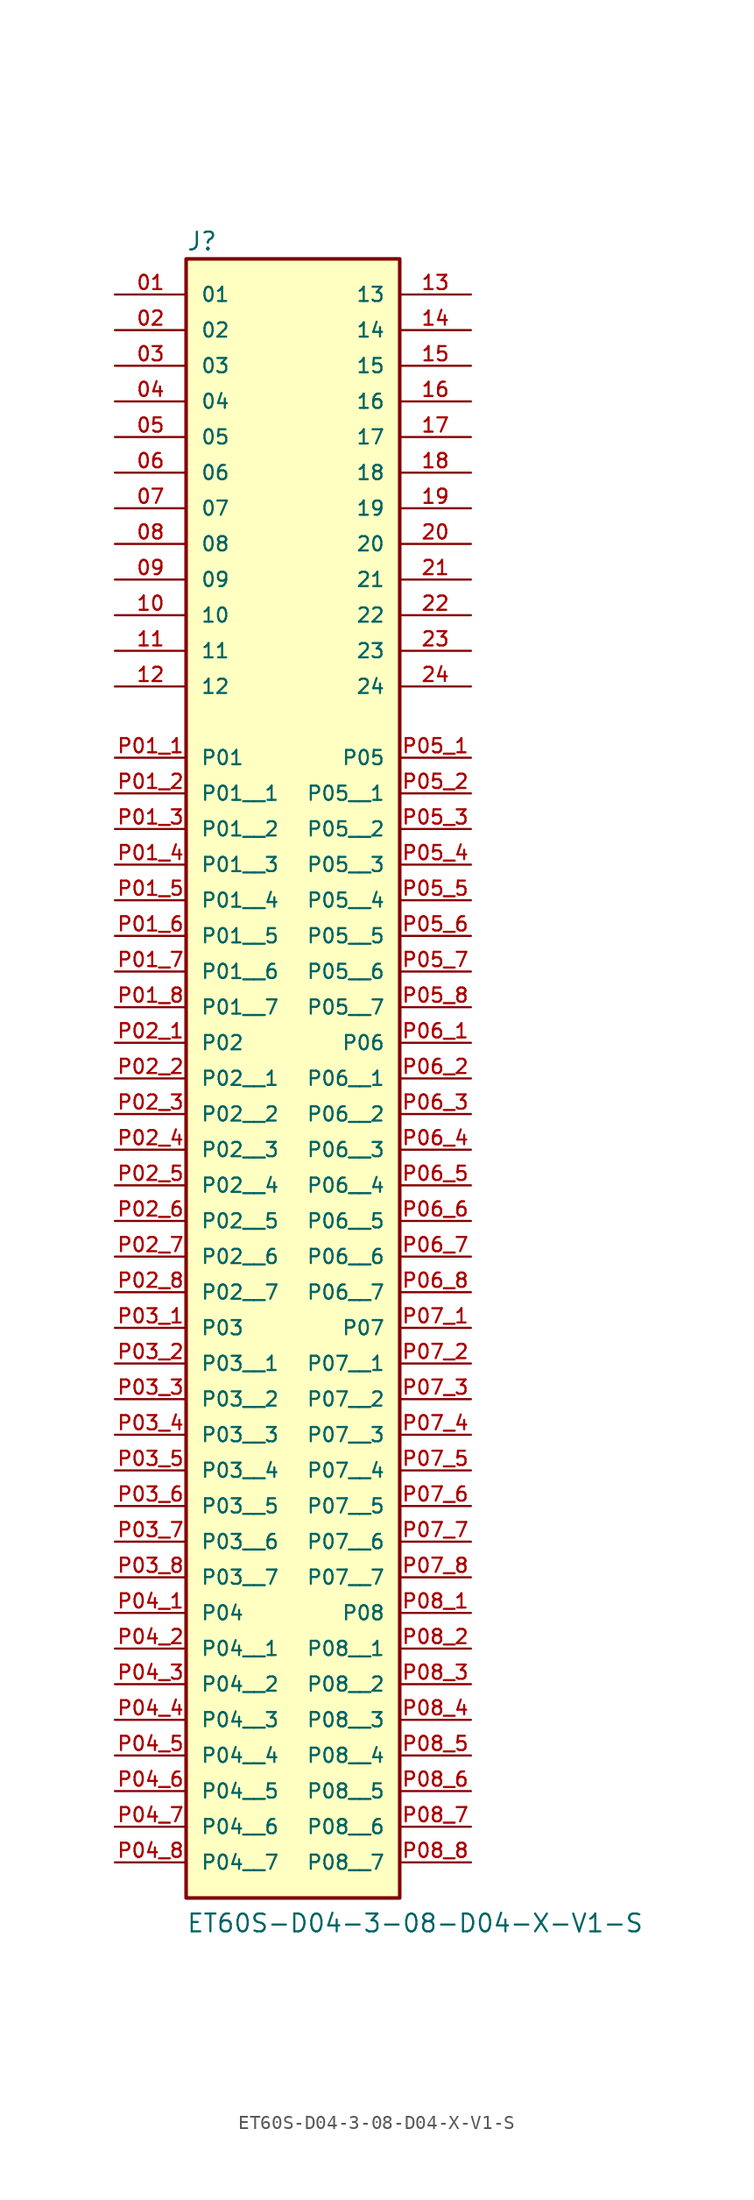
<source format=kicad_sym>
(kicad_symbol_lib
  (version 20231120)
  (generator "kicad_symbol_editor")
  (generator_version "8.0")
  (symbol "ET60S-D04-3-08-D04-X-V1-S"
    (pin_names
      (offset 1.016))
    (property "Reference" "J"
      (at -7.62 23.368 0)
      (effects (font (size 1.27 1.27)) (justify left bottom)))
    (property "Value" "ET60S-D04-3-08-D04-X-V1-S"
      (at -7.62 -96.52 0)
      (effects (font (size 1.27 1.27)) (justify left bottom)))
    (symbol "ET60S-D04-3-08-D04-X-V1-S_0_0"
      (rectangle (start -7.62 -93.98) (end 7.62 22.86) (stroke (width 0.254) (type default)) (fill (type background)))
      (pin passive line (at -12.7 20.32 0) (length 5.08) (name "01" (effects (font (size 1.016 1.016)))) (number "01" (effects (font (size 1.016 1.016)))))
      (pin passive line (at -12.7 17.78 0) (length 5.08) (name "02" (effects (font (size 1.016 1.016)))) (number "02" (effects (font (size 1.016 1.016)))))
      (pin passive line (at -12.7 15.24 0) (length 5.08) (name "03" (effects (font (size 1.016 1.016)))) (number "03" (effects (font (size 1.016 1.016)))))
      (pin passive line (at -12.7 12.7 0) (length 5.08) (name "04" (effects (font (size 1.016 1.016)))) (number "04" (effects (font (size 1.016 1.016)))))
      (pin passive line (at -12.7 10.16 0) (length 5.08) (name "05" (effects (font (size 1.016 1.016)))) (number "05" (effects (font (size 1.016 1.016)))))
      (pin passive line (at -12.7 7.62 0) (length 5.08) (name "06" (effects (font (size 1.016 1.016)))) (number "06" (effects (font (size 1.016 1.016)))))
      (pin passive line (at -12.7 5.08 0) (length 5.08) (name "07" (effects (font (size 1.016 1.016)))) (number "07" (effects (font (size 1.016 1.016)))))
      (pin passive line (at -12.7 2.54 0) (length 5.08) (name "08" (effects (font (size 1.016 1.016)))) (number "08" (effects (font (size 1.016 1.016)))))
      (pin passive line (at -12.7 0 0) (length 5.08) (name "09" (effects (font (size 1.016 1.016)))) (number "09" (effects (font (size 1.016 1.016)))))
      (pin passive line (at -12.7 -2.54 0) (length 5.08) (name "10" (effects (font (size 1.016 1.016)))) (number "10" (effects (font (size 1.016 1.016)))))
      (pin passive line (at -12.7 -5.08 0) (length 5.08) (name "11" (effects (font (size 1.016 1.016)))) (number "11" (effects (font (size 1.016 1.016)))))
      (pin passive line (at -12.7 -7.62 0) (length 5.08) (name "12" (effects (font (size 1.016 1.016)))) (number "12" (effects (font (size 1.016 1.016)))))
      (pin passive line (at 12.7 20.32 180) (length 5.08) (name "13" (effects (font (size 1.016 1.016)))) (number "13" (effects (font (size 1.016 1.016)))))
      (pin passive line (at 12.7 17.78 180) (length 5.08) (name "14" (effects (font (size 1.016 1.016)))) (number "14" (effects (font (size 1.016 1.016)))))
      (pin passive line (at 12.7 15.24 180) (length 5.08) (name "15" (effects (font (size 1.016 1.016)))) (number "15" (effects (font (size 1.016 1.016)))))
      (pin passive line (at 12.7 12.7 180) (length 5.08) (name "16" (effects (font (size 1.016 1.016)))) (number "16" (effects (font (size 1.016 1.016)))))
      (pin passive line (at 12.7 10.16 180) (length 5.08) (name "17" (effects (font (size 1.016 1.016)))) (number "17" (effects (font (size 1.016 1.016)))))
      (pin passive line (at 12.7 7.62 180) (length 5.08) (name "18" (effects (font (size 1.016 1.016)))) (number "18" (effects (font (size 1.016 1.016)))))
      (pin passive line (at 12.7 5.08 180) (length 5.08) (name "19" (effects (font (size 1.016 1.016)))) (number "19" (effects (font (size 1.016 1.016)))))
      (pin passive line (at 12.7 2.54 180) (length 5.08) (name "20" (effects (font (size 1.016 1.016)))) (number "20" (effects (font (size 1.016 1.016)))))
      (pin passive line (at 12.7 0 180) (length 5.08) (name "21" (effects (font (size 1.016 1.016)))) (number "21" (effects (font (size 1.016 1.016)))))
      (pin passive line (at 12.7 -2.54 180) (length 5.08) (name "22" (effects (font (size 1.016 1.016)))) (number "22" (effects (font (size 1.016 1.016)))))
      (pin passive line (at 12.7 -5.08 180) (length 5.08) (name "23" (effects (font (size 1.016 1.016)))) (number "23" (effects (font (size 1.016 1.016)))))
      (pin passive line (at 12.7 -7.62 180) (length 5.08) (name "24" (effects (font (size 1.016 1.016)))) (number "24" (effects (font (size 1.016 1.016)))))
      (pin power_in line (at -12.7 -12.7 0) (length 5.08) (name "P01" (effects (font (size 1.016 1.016)))) (number "P01_1" (effects (font (size 1.016 1.016)))))
      (pin power_in line (at -12.7 -15.24 0) (length 5.08) (name "P01__1" (effects (font (size 1.016 1.016)))) (number "P01_2" (effects (font (size 1.016 1.016)))))
      (pin power_in line (at -12.7 -17.78 0) (length 5.08) (name "P01__2" (effects (font (size 1.016 1.016)))) (number "P01_3" (effects (font (size 1.016 1.016)))))
      (pin power_in line (at -12.7 -20.32 0) (length 5.08) (name "P01__3" (effects (font (size 1.016 1.016)))) (number "P01_4" (effects (font (size 1.016 1.016)))))
      (pin power_in line (at -12.7 -22.86 0) (length 5.08) (name "P01__4" (effects (font (size 1.016 1.016)))) (number "P01_5" (effects (font (size 1.016 1.016)))))
      (pin power_in line (at -12.7 -25.4 0) (length 5.08) (name "P01__5" (effects (font (size 1.016 1.016)))) (number "P01_6" (effects (font (size 1.016 1.016)))))
      (pin power_in line (at -12.7 -27.94 0) (length 5.08) (name "P01__6" (effects (font (size 1.016 1.016)))) (number "P01_7" (effects (font (size 1.016 1.016)))))
      (pin power_in line (at -12.7 -30.48 0) (length 5.08) (name "P01__7" (effects (font (size 1.016 1.016)))) (number "P01_8" (effects (font (size 1.016 1.016)))))
      (pin power_in line (at -12.7 -33.02 0) (length 5.08) (name "P02" (effects (font (size 1.016 1.016)))) (number "P02_1" (effects (font (size 1.016 1.016)))))
      (pin power_in line (at -12.7 -35.56 0) (length 5.08) (name "P02__1" (effects (font (size 1.016 1.016)))) (number "P02_2" (effects (font (size 1.016 1.016)))))
      (pin power_in line (at -12.7 -38.1 0) (length 5.08) (name "P02__2" (effects (font (size 1.016 1.016)))) (number "P02_3" (effects (font (size 1.016 1.016)))))
      (pin power_in line (at -12.7 -40.64 0) (length 5.08) (name "P02__3" (effects (font (size 1.016 1.016)))) (number "P02_4" (effects (font (size 1.016 1.016)))))
      (pin power_in line (at -12.7 -43.18 0) (length 5.08) (name "P02__4" (effects (font (size 1.016 1.016)))) (number "P02_5" (effects (font (size 1.016 1.016)))))
      (pin power_in line (at -12.7 -45.72 0) (length 5.08) (name "P02__5" (effects (font (size 1.016 1.016)))) (number "P02_6" (effects (font (size 1.016 1.016)))))
      (pin power_in line (at -12.7 -48.26 0) (length 5.08) (name "P02__6" (effects (font (size 1.016 1.016)))) (number "P02_7" (effects (font (size 1.016 1.016)))))
      (pin power_in line (at -12.7 -50.8 0) (length 5.08) (name "P02__7" (effects (font (size 1.016 1.016)))) (number "P02_8" (effects (font (size 1.016 1.016)))))
      (pin power_in line (at -12.7 -53.34 0) (length 5.08) (name "P03" (effects (font (size 1.016 1.016)))) (number "P03_1" (effects (font (size 1.016 1.016)))))
      (pin power_in line (at -12.7 -55.88 0) (length 5.08) (name "P03__1" (effects (font (size 1.016 1.016)))) (number "P03_2" (effects (font (size 1.016 1.016)))))
      (pin power_in line (at -12.7 -58.42 0) (length 5.08) (name "P03__2" (effects (font (size 1.016 1.016)))) (number "P03_3" (effects (font (size 1.016 1.016)))))
      (pin power_in line (at -12.7 -60.96 0) (length 5.08) (name "P03__3" (effects (font (size 1.016 1.016)))) (number "P03_4" (effects (font (size 1.016 1.016)))))
      (pin power_in line (at -12.7 -63.5 0) (length 5.08) (name "P03__4" (effects (font (size 1.016 1.016)))) (number "P03_5" (effects (font (size 1.016 1.016)))))
      (pin power_in line (at -12.7 -66.04 0) (length 5.08) (name "P03__5" (effects (font (size 1.016 1.016)))) (number "P03_6" (effects (font (size 1.016 1.016)))))
      (pin power_in line (at -12.7 -68.58 0) (length 5.08) (name "P03__6" (effects (font (size 1.016 1.016)))) (number "P03_7" (effects (font (size 1.016 1.016)))))
      (pin power_in line (at -12.7 -71.12 0) (length 5.08) (name "P03__7" (effects (font (size 1.016 1.016)))) (number "P03_8" (effects (font (size 1.016 1.016)))))
      (pin power_in line (at -12.7 -73.66 0) (length 5.08) (name "P04" (effects (font (size 1.016 1.016)))) (number "P04_1" (effects (font (size 1.016 1.016)))))
      (pin power_in line (at -12.7 -76.2 0) (length 5.08) (name "P04__1" (effects (font (size 1.016 1.016)))) (number "P04_2" (effects (font (size 1.016 1.016)))))
      (pin power_in line (at -12.7 -78.74 0) (length 5.08) (name "P04__2" (effects (font (size 1.016 1.016)))) (number "P04_3" (effects (font (size 1.016 1.016)))))
      (pin power_in line (at -12.7 -81.28 0) (length 5.08) (name "P04__3" (effects (font (size 1.016 1.016)))) (number "P04_4" (effects (font (size 1.016 1.016)))))
      (pin power_in line (at -12.7 -83.82 0) (length 5.08) (name "P04__4" (effects (font (size 1.016 1.016)))) (number "P04_5" (effects (font (size 1.016 1.016)))))
      (pin power_in line (at -12.7 -86.36 0) (length 5.08) (name "P04__5" (effects (font (size 1.016 1.016)))) (number "P04_6" (effects (font (size 1.016 1.016)))))
      (pin power_in line (at -12.7 -88.9 0) (length 5.08) (name "P04__6" (effects (font (size 1.016 1.016)))) (number "P04_7" (effects (font (size 1.016 1.016)))))
      (pin power_in line (at -12.7 -91.44 0) (length 5.08) (name "P04__7" (effects (font (size 1.016 1.016)))) (number "P04_8" (effects (font (size 1.016 1.016)))))
      (pin power_in line (at 12.7 -12.7 180) (length 5.08) (name "P05" (effects (font (size 1.016 1.016)))) (number "P05_1" (effects (font (size 1.016 1.016)))))
      (pin power_in line (at 12.7 -15.24 180) (length 5.08) (name "P05__1" (effects (font (size 1.016 1.016)))) (number "P05_2" (effects (font (size 1.016 1.016)))))
      (pin power_in line (at 12.7 -17.78 180) (length 5.08) (name "P05__2" (effects (font (size 1.016 1.016)))) (number "P05_3" (effects (font (size 1.016 1.016)))))
      (pin power_in line (at 12.7 -20.32 180) (length 5.08) (name "P05__3" (effects (font (size 1.016 1.016)))) (number "P05_4" (effects (font (size 1.016 1.016)))))
      (pin power_in line (at 12.7 -22.86 180) (length 5.08) (name "P05__4" (effects (font (size 1.016 1.016)))) (number "P05_5" (effects (font (size 1.016 1.016)))))
      (pin power_in line (at 12.7 -25.4 180) (length 5.08) (name "P05__5" (effects (font (size 1.016 1.016)))) (number "P05_6" (effects (font (size 1.016 1.016)))))
      (pin power_in line (at 12.7 -27.94 180) (length 5.08) (name "P05__6" (effects (font (size 1.016 1.016)))) (number "P05_7" (effects (font (size 1.016 1.016)))))
      (pin power_in line (at 12.7 -30.48 180) (length 5.08) (name "P05__7" (effects (font (size 1.016 1.016)))) (number "P05_8" (effects (font (size 1.016 1.016)))))
      (pin power_in line (at 12.7 -33.02 180) (length 5.08) (name "P06" (effects (font (size 1.016 1.016)))) (number "P06_1" (effects (font (size 1.016 1.016)))))
      (pin power_in line (at 12.7 -35.56 180) (length 5.08) (name "P06__1" (effects (font (size 1.016 1.016)))) (number "P06_2" (effects (font (size 1.016 1.016)))))
      (pin power_in line (at 12.7 -38.1 180) (length 5.08) (name "P06__2" (effects (font (size 1.016 1.016)))) (number "P06_3" (effects (font (size 1.016 1.016)))))
      (pin power_in line (at 12.7 -40.64 180) (length 5.08) (name "P06__3" (effects (font (size 1.016 1.016)))) (number "P06_4" (effects (font (size 1.016 1.016)))))
      (pin power_in line (at 12.7 -43.18 180) (length 5.08) (name "P06__4" (effects (font (size 1.016 1.016)))) (number "P06_5" (effects (font (size 1.016 1.016)))))
      (pin power_in line (at 12.7 -45.72 180) (length 5.08) (name "P06__5" (effects (font (size 1.016 1.016)))) (number "P06_6" (effects (font (size 1.016 1.016)))))
      (pin power_in line (at 12.7 -48.26 180) (length 5.08) (name "P06__6" (effects (font (size 1.016 1.016)))) (number "P06_7" (effects (font (size 1.016 1.016)))))
      (pin power_in line (at 12.7 -50.8 180) (length 5.08) (name "P06__7" (effects (font (size 1.016 1.016)))) (number "P06_8" (effects (font (size 1.016 1.016)))))
      (pin power_in line (at 12.7 -53.34 180) (length 5.08) (name "P07" (effects (font (size 1.016 1.016)))) (number "P07_1" (effects (font (size 1.016 1.016)))))
      (pin power_in line (at 12.7 -55.88 180) (length 5.08) (name "P07__1" (effects (font (size 1.016 1.016)))) (number "P07_2" (effects (font (size 1.016 1.016)))))
      (pin power_in line (at 12.7 -58.42 180) (length 5.08) (name "P07__2" (effects (font (size 1.016 1.016)))) (number "P07_3" (effects (font (size 1.016 1.016)))))
      (pin power_in line (at 12.7 -60.96 180) (length 5.08) (name "P07__3" (effects (font (size 1.016 1.016)))) (number "P07_4" (effects (font (size 1.016 1.016)))))
      (pin power_in line (at 12.7 -63.5 180) (length 5.08) (name "P07__4" (effects (font (size 1.016 1.016)))) (number "P07_5" (effects (font (size 1.016 1.016)))))
      (pin power_in line (at 12.7 -66.04 180) (length 5.08) (name "P07__5" (effects (font (size 1.016 1.016)))) (number "P07_6" (effects (font (size 1.016 1.016)))))
      (pin power_in line (at 12.7 -68.58 180) (length 5.08) (name "P07__6" (effects (font (size 1.016 1.016)))) (number "P07_7" (effects (font (size 1.016 1.016)))))
      (pin power_in line (at 12.7 -71.12 180) (length 5.08) (name "P07__7" (effects (font (size 1.016 1.016)))) (number "P07_8" (effects (font (size 1.016 1.016)))))
      (pin power_in line (at 12.7 -73.66 180) (length 5.08) (name "P08" (effects (font (size 1.016 1.016)))) (number "P08_1" (effects (font (size 1.016 1.016)))))
      (pin power_in line (at 12.7 -76.2 180) (length 5.08) (name "P08__1" (effects (font (size 1.016 1.016)))) (number "P08_2" (effects (font (size 1.016 1.016)))))
      (pin power_in line (at 12.7 -78.74 180) (length 5.08) (name "P08__2" (effects (font (size 1.016 1.016)))) (number "P08_3" (effects (font (size 1.016 1.016)))))
      (pin power_in line (at 12.7 -81.28 180) (length 5.08) (name "P08__3" (effects (font (size 1.016 1.016)))) (number "P08_4" (effects (font (size 1.016 1.016)))))
      (pin power_in line (at 12.7 -83.82 180) (length 5.08) (name "P08__4" (effects (font (size 1.016 1.016)))) (number "P08_5" (effects (font (size 1.016 1.016)))))
      (pin power_in line (at 12.7 -86.36 180) (length 5.08) (name "P08__5" (effects (font (size 1.016 1.016)))) (number "P08_6" (effects (font (size 1.016 1.016)))))
      (pin power_in line (at 12.7 -88.9 180) (length 5.08) (name "P08__6" (effects (font (size 1.016 1.016)))) (number "P08_7" (effects (font (size 1.016 1.016)))))
      (pin power_in line (at 12.7 -91.44 180) (length 5.08) (name "P08__7" (effects (font (size 1.016 1.016)))) (number "P08_8" (effects (font (size 1.016 1.016))))))))
</source>
